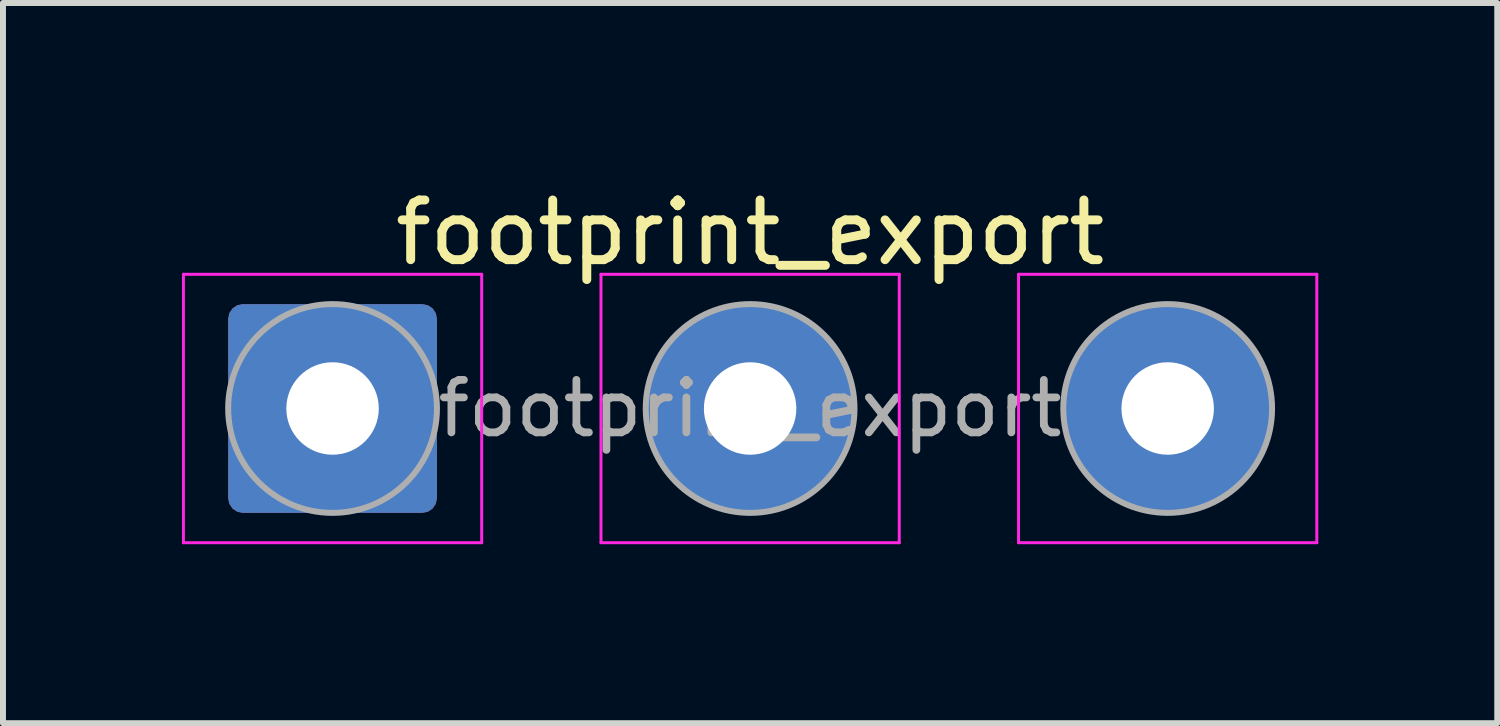
<source format=kicad_pcb>
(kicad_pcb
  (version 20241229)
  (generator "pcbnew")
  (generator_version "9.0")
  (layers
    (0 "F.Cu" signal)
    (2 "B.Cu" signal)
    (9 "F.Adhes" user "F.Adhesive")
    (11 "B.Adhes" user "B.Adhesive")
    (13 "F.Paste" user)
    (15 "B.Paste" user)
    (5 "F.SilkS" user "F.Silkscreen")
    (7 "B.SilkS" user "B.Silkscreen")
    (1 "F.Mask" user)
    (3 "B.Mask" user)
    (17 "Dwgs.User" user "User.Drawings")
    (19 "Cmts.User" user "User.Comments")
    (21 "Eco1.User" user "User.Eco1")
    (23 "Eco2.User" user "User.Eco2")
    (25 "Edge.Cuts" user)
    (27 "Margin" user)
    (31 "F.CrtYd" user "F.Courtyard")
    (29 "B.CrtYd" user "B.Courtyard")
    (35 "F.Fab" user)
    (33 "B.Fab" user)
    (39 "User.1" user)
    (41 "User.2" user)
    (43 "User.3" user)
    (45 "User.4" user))
  (footprint "footprint_export"
    (layer "F.Cu")
    (at 2.525 3.798)
    (property "Reference" "footprint_export" (at 7 -2.95 0) (layer "F.SilkS") (effects (font (size 1 1) (thickness 0.15))))
    (attr exclude_from_pos_files exclude_from_bom)
    (fp_line (start -2.5 -2.25) (end -2.5 2.25) (stroke (width 0.05) (type solid)) (layer "F.CrtYd"))
    (fp_line (start -2.5 2.25) (end 2.5 2.25) (stroke (width 0.05) (type solid)) (layer "F.CrtYd"))
    (fp_line (start 2.5 -2.25) (end -2.5 -2.25) (stroke (width 0.05) (type solid)) (layer "F.CrtYd"))
    (fp_line (start 2.5 2.25) (end 2.5 -2.25) (stroke (width 0.05) (type solid)) (layer "F.CrtYd"))
    (fp_line (start 4.5 -2.25) (end 4.5 2.25) (stroke (width 0.05) (type solid)) (layer "F.CrtYd"))
    (fp_line (start 4.5 2.25) (end 9.5 2.25) (stroke (width 0.05) (type solid)) (layer "F.CrtYd"))
    (fp_line (start 9.5 -2.25) (end 4.5 -2.25) (stroke (width 0.05) (type solid)) (layer "F.CrtYd"))
    (fp_line (start 9.5 2.25) (end 9.5 -2.25) (stroke (width 0.05) (type solid)) (layer "F.CrtYd"))
    (fp_line (start 11.5 -2.25) (end 11.5 2.25) (stroke (width 0.05) (type solid)) (layer "F.CrtYd"))
    (fp_line (start 11.5 2.25) (end 16.5 2.25) (stroke (width 0.05) (type solid)) (layer "F.CrtYd"))
    (fp_line (start 16.5 -2.25) (end 11.5 -2.25) (stroke (width 0.05) (type solid)) (layer "F.CrtYd"))
    (fp_line (start 16.5 2.25) (end 16.5 -2.25) (stroke (width 0.05) (type solid)) (layer "F.CrtYd"))
    (fp_circle (center 0 0) (end 1.75 0) (stroke (width 0.1) (type solid)) (fill no) (layer "F.Fab"))
    (fp_circle (center 7 0) (end 8.75 0) (stroke (width 0.1) (type solid)) (fill no) (layer "F.Fab"))
    (fp_circle (center 14 0) (end 15.75 0) (stroke (width 0.1) (type solid)) (fill no) (layer "F.Fab"))
    (fp_text user "${REFERENCE}" (at 7 0 0) (layer "F.Fab") (effects (font (size 0.88 0.88) (thickness 0.13))))
    (pad "1" thru_hole roundrect (at 0 0) (size 3.5 3.5) (drill 1.55) (layers "*.Cu" "*.Mask") (roundrect_rratio 0.071))
    (pad "2" thru_hole circle (at 7 0) (size 3.5 3.5) (drill 1.55) (layers "*.Cu" "*.Mask"))
    (pad "3" thru_hole circle (at 14 0) (size 3.5 3.5) (drill 1.55) (layers "*.Cu" "*.Mask")))
  (gr_rect
    (start -3 -3)
    (end 22.05 9.073)
    (stroke (width 0.1) (type default))
    (fill no)
    (layer "Edge.Cuts")))
</source>
